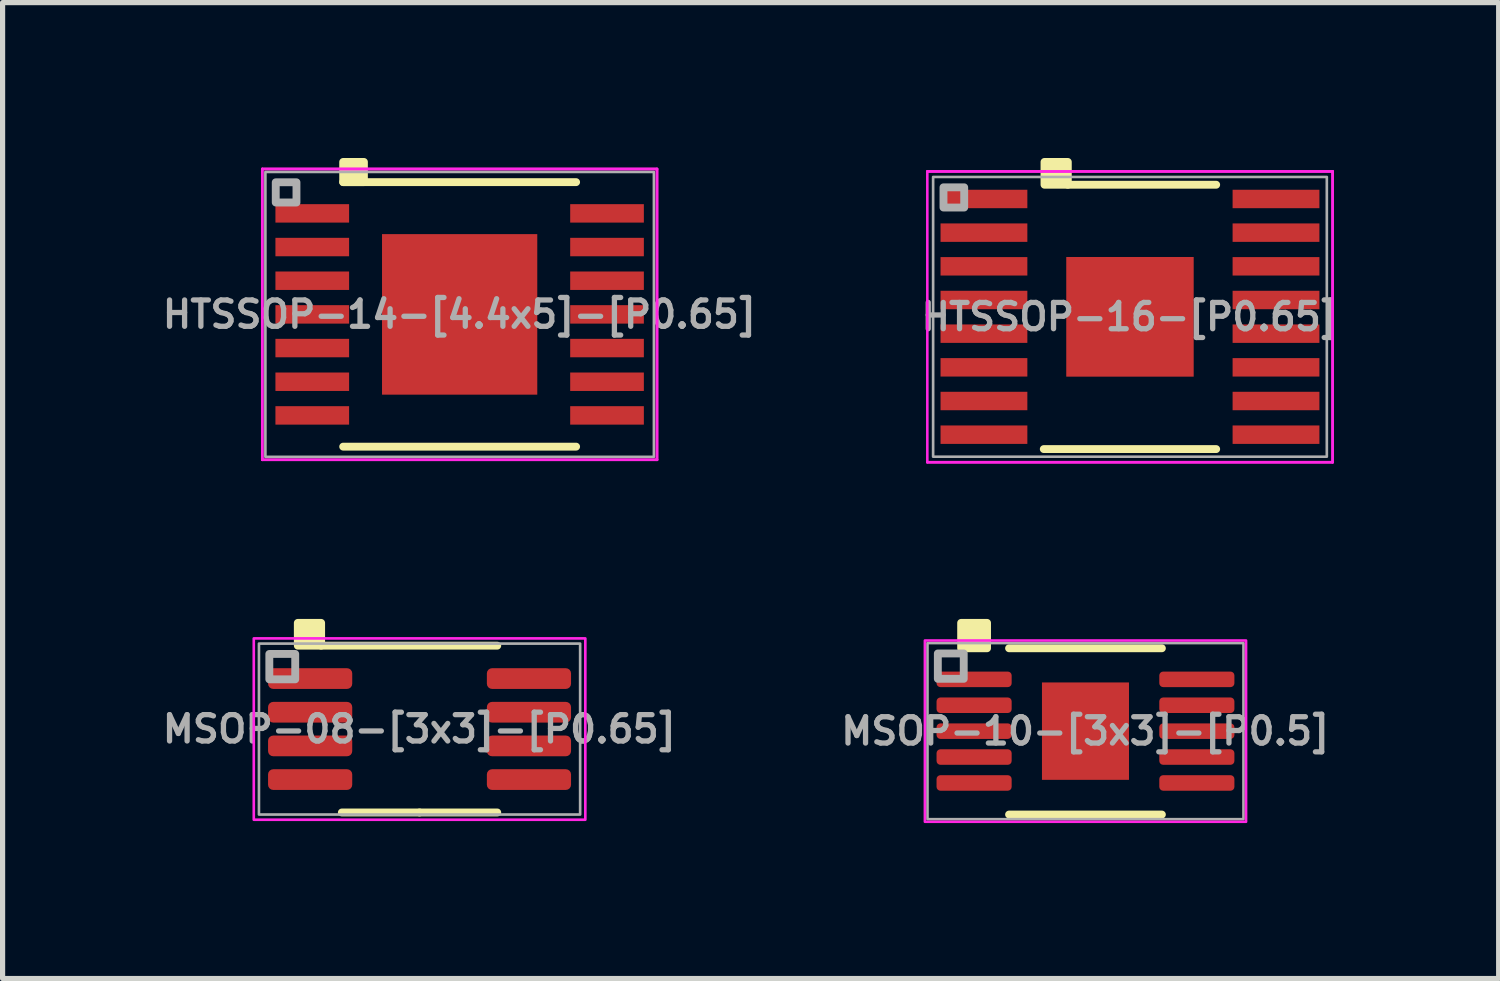
<source format=kicad_pcb>
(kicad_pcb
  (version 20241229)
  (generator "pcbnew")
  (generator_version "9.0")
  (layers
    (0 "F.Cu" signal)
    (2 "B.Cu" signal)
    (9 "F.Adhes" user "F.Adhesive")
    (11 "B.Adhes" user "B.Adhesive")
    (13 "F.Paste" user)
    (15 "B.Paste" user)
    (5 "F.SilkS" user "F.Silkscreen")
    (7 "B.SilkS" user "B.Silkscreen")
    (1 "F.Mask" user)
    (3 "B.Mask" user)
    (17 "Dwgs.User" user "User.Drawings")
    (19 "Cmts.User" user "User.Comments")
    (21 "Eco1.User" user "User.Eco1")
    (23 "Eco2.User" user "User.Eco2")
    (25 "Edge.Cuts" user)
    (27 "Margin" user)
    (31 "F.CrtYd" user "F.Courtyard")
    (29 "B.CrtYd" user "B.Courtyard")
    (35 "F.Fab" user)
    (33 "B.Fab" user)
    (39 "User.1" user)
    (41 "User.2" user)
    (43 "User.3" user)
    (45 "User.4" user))
  (footprint "MSOP-10-[3x3]-[P0.5]"
    (layer "F.Cu")
    (at 17.904 11.064)
    (property "Reference" "MSOP-10-[3x3]-[P0.5]" (at 0 0 0) (layer "F.Fab") (effects (font (size 0.508 0.508) (thickness 0.102))))
    (attr smd)
    (fp_line (start 1.475 -1.6) (end -1.475 -1.6) (stroke (width 0.152) (type solid)) (layer "F.SilkS"))
    (fp_line (start 1.475 1.61) (end -1.475 1.61) (stroke (width 0.152) (type solid)) (layer "F.SilkS"))
    (fp_rect (start -2.4 -1.6) (end -1.9 -2.09) (stroke (width 0.152) (type solid)) (fill yes) (layer "F.SilkS"))
    (fp_rect (start -3.1 -1.75) (end 3.1 1.75) (stroke (width 0.05) (type solid)) (fill no) (layer "F.CrtYd"))
    (fp_rect (start -3.05 -1.7) (end 3.05 1.7) (stroke (width 0.051) (type solid)) (fill no) (layer "F.Fab"))
    (fp_rect (start -2.85 -1.01) (end -2.35 -1.5) (stroke (width 0.152) (type solid)) (fill no) (layer "F.Fab"))
    (pad "" smd roundrect (at -0.42 -0.47) (size 0.68 0.76) (layers "F.Paste") (roundrect_rratio 0.25))
    (pad "" smd roundrect (at -0.42 0.47) (size 0.68 0.76) (layers "F.Paste") (roundrect_rratio 0.25))
    (pad "" smd roundrect (at 0.42 -0.47) (size 0.68 0.76) (layers "F.Paste") (roundrect_rratio 0.25))
    (pad "" smd roundrect (at 0.42 0.47) (size 0.68 0.76) (layers "F.Paste") (roundrect_rratio 0.25))
    (pad "1" smd roundrect (at -2.15 -1) (size 1.45 0.3) (layers "F.Cu" "F.Mask" "F.Paste") (roundrect_rratio 0.25))
    (pad "2" smd roundrect (at -2.15 -0.5) (size 1.45 0.3) (layers "F.Cu" "F.Mask" "F.Paste") (roundrect_rratio 0.25))
    (pad "3" smd roundrect (at -2.15 0) (size 1.45 0.3) (layers "F.Cu" "F.Mask" "F.Paste") (roundrect_rratio 0.25))
    (pad "4" smd roundrect (at -2.15 0.5) (size 1.45 0.3) (layers "F.Cu" "F.Mask" "F.Paste") (roundrect_rratio 0.25))
    (pad "5" smd roundrect (at -2.15 1) (size 1.45 0.3) (layers "F.Cu" "F.Mask" "F.Paste") (roundrect_rratio 0.25))
    (pad "6" smd roundrect (at 2.15 1) (size 1.45 0.3) (layers "F.Cu" "F.Mask" "F.Paste") (roundrect_rratio 0.25))
    (pad "7" smd roundrect (at 2.15 0.5) (size 1.45 0.3) (layers "F.Cu" "F.Mask" "F.Paste") (roundrect_rratio 0.25))
    (pad "8" smd roundrect (at 2.15 0) (size 1.45 0.3) (layers "F.Cu" "F.Mask" "F.Paste") (roundrect_rratio 0.25))
    (pad "9" smd roundrect (at 2.15 -0.5) (size 1.45 0.3) (layers "F.Cu" "F.Mask" "F.Paste") (roundrect_rratio 0.25))
    (pad "10" smd roundrect (at 2.15 -1) (size 1.45 0.3) (layers "F.Cu" "F.Mask" "F.Paste") (roundrect_rratio 0.25))
    (pad "11" smd rect (at 0 0) (size 1.68 1.88) (layers "F.Cu" "F.Mask")))
  (footprint "HTSSOP-16-[P0.65]"
    (layer "F.Cu")
    (at 18.763 3.066)
    (property "Reference" "HTSSOP-16-[P0.65]" (at 0 0 0) (layer "F.Fab") (effects (font (size 0.508 0.508) (thickness 0.102))))
    (attr through_hole)
    (fp_poly (pts (xy -1.294 -1.218) (xy -0.987 -1.218) (xy -0.987 1.218) (xy -1.294 1.218)) (stroke (width 0.1) (type solid)) (fill yes) (layer "F.Mask"))
    (fp_poly (pts (xy -1.294 -1.218) (xy 1.294 -1.218) (xy 1.294 -0.594) (xy -1.294 -0.594)) (stroke (width 0.1) (type solid)) (fill yes) (layer "F.Mask"))
    (fp_poly (pts (xy -1.294 -0.194) (xy 1.294 -0.194) (xy 1.294 0.194) (xy -1.294 0.194)) (stroke (width 0.1) (type solid)) (fill yes) (layer "F.Mask"))
    (fp_poly (pts (xy -1.294 0.594) (xy 1.294 0.594) (xy 1.294 1.218) (xy -1.294 1.218)) (stroke (width 0.1) (type solid)) (fill yes) (layer "F.Mask"))
    (fp_poly (pts (xy -0.2 -1.218) (xy -0.587 -1.218) (xy -0.587 1.218) (xy -0.2 1.218)) (stroke (width 0.1) (type solid)) (fill yes) (layer "F.Mask"))
    (fp_poly (pts (xy 0.587 -1.218) (xy 0.2 -1.218) (xy 0.2 1.218) (xy 0.587 1.218)) (stroke (width 0.1) (type solid)) (fill yes) (layer "F.Mask"))
    (fp_poly (pts (xy 0.987 -1.218) (xy 1.294 -1.218) (xy 1.294 1.218) (xy 0.987 1.218)) (stroke (width 0.1) (type solid)) (fill yes) (layer "F.Mask"))
    (fp_line (start -1.664 2.553) (end 1.664 2.553) (stroke (width 0.152) (type solid)) (layer "F.SilkS"))
    (fp_line (start 1.664 -2.55) (end -1.2 -2.55) (stroke (width 0.152) (type solid)) (layer "F.SilkS"))
    (fp_rect (start -1.65 -2.55) (end -1.2 -2.99) (stroke (width 0.152) (type solid)) (fill yes) (layer "F.SilkS"))
    (fp_poly (pts (xy -1.155 -1.08) (xy -1.155 -0.494) (xy -1.029 -0.494) (xy -0.887 -0.635) (xy -0.887 -1.08)) (stroke (width 0.1) (type solid)) (fill yes) (layer "F.Paste"))
    (fp_poly (pts (xy -1.155 0.494) (xy -1.155 1.08) (xy -0.887 1.08) (xy -0.887 0.635) (xy -1.029 0.494)) (stroke (width 0.1) (type solid)) (fill yes) (layer "F.Paste"))
    (fp_poly (pts (xy 0.887 -1.08) (xy 0.887 -0.635) (xy 1.029 -0.494) (xy 1.155 -0.494) (xy 1.155 -1.08)) (stroke (width 0.1) (type solid)) (fill yes) (layer "F.Paste"))
    (fp_poly (pts (xy 1.029 0.494) (xy 0.887 0.635) (xy 0.887 1.08) (xy 1.155 1.08) (xy 1.155 0.494)) (stroke (width 0.1) (type solid)) (fill yes) (layer "F.Paste"))
    (fp_poly (pts (xy -1.155 -0.294) (xy -1.155 0.294) (xy -1.029 0.294) (xy -0.887 0.152) (xy -0.887 -0.152) (xy -1.029 -0.294)) (stroke (width 0.1) (type solid)) (fill yes) (layer "F.Paste"))
    (fp_poly (pts (xy -0.687 -1.08) (xy -0.687 -0.635) (xy -0.546 -0.494) (xy -0.241 -0.494) (xy -0.1 -0.635) (xy -0.1 -1.08)) (stroke (width 0.1) (type solid)) (fill yes) (layer "F.Paste"))
    (fp_poly (pts (xy -0.546 0.494) (xy -0.687 0.635) (xy -0.687 1.08) (xy -0.1 1.08) (xy -0.1 0.635) (xy -0.241 0.494)) (stroke (width 0.1) (type solid)) (fill yes) (layer "F.Paste"))
    (fp_poly (pts (xy 0.1 -1.08) (xy 0.1 -0.635) (xy 0.241 -0.494) (xy 0.546 -0.494) (xy 0.687 -0.635) (xy 0.687 -1.08)) (stroke (width 0.1) (type solid)) (fill yes) (layer "F.Paste"))
    (fp_poly (pts (xy 0.241 0.494) (xy 0.1 0.635) (xy 0.1 1.08) (xy 0.687 1.08) (xy 0.687 0.635) (xy 0.546 0.494)) (stroke (width 0.1) (type solid)) (fill yes) (layer "F.Paste"))
    (fp_poly (pts (xy 1.029 -0.294) (xy 0.887 -0.152) (xy 0.887 0.152) (xy 1.029 0.294) (xy 1.155 0.294) (xy 1.155 -0.294)) (stroke (width 0.1) (type solid)) (fill yes) (layer "F.Paste"))
    (fp_poly (pts (xy -0.546 -0.294) (xy -0.687 -0.152) (xy -0.687 0.152) (xy -0.546 0.294) (xy -0.241 0.294) (xy -0.1 0.152) (xy -0.1 -0.152) (xy -0.241 -0.294)) (stroke (width 0.1) (type solid)) (fill yes) (layer "F.Paste"))
    (fp_poly (pts (xy 0.241 -0.294) (xy 0.1 -0.152) (xy 0.1 0.152) (xy 0.241 0.294) (xy 0.546 0.294) (xy 0.687 0.152) (xy 0.687 -0.152) (xy 0.546 -0.294)) (stroke (width 0.1) (type solid)) (fill yes) (layer "F.Paste"))
    (fp_line (start -3.912 -2.807) (end -3.912 2.807) (stroke (width 0.05) (type solid)) (layer "F.CrtYd"))
    (fp_line (start -3.912 -2.807) (end 3.912 -2.807) (stroke (width 0.05) (type solid)) (layer "F.CrtYd"))
    (fp_line (start -3.912 -2.807) (end 3.912 -2.807) (stroke (width 0.05) (type solid)) (layer "F.CrtYd"))
    (fp_line (start 3.912 -2.807) (end 3.912 2.807) (stroke (width 0.05) (type solid)) (layer "F.CrtYd"))
    (fp_line (start 3.912 -2.807) (end 3.912 2.807) (stroke (width 0.05) (type solid)) (layer "F.CrtYd"))
    (fp_line (start 3.912 2.807) (end -3.912 2.807) (stroke (width 0.05) (type solid)) (layer "F.CrtYd"))
    (fp_line (start 3.912 2.807) (end -3.912 2.807) (stroke (width 0.05) (type solid)) (layer "F.CrtYd"))
    (fp_rect (start -3.8 -2.7) (end 3.8 2.7) (stroke (width 0.051) (type solid)) (fill no) (layer "F.Fab"))
    (fp_rect (start -3.6 -2.11) (end -3.2 -2.5) (stroke (width 0.152) (type solid)) (fill no) (layer "F.Fab"))
    (pad "1" smd rect (at -2.819 -2.275) (size 1.676 0.356) (layers "F.Cu" "F.Mask" "F.Paste"))
    (pad "2" smd rect (at -2.819 -1.625) (size 1.676 0.356) (layers "F.Cu" "F.Mask" "F.Paste"))
    (pad "3" smd rect (at -2.819 -0.975) (size 1.676 0.356) (layers "F.Cu" "F.Mask" "F.Paste"))
    (pad "4" smd rect (at -2.819 -0.325) (size 1.676 0.356) (layers "F.Cu" "F.Mask" "F.Paste"))
    (pad "5" smd rect (at -2.819 0.325) (size 1.676 0.356) (layers "F.Cu" "F.Mask" "F.Paste"))
    (pad "6" smd rect (at -2.819 0.975) (size 1.676 0.356) (layers "F.Cu" "F.Mask" "F.Paste"))
    (pad "7" smd rect (at -2.819 1.625) (size 1.676 0.356) (layers "F.Cu" "F.Mask" "F.Paste"))
    (pad "8" smd rect (at -2.819 2.275) (size 1.676 0.356) (layers "F.Cu" "F.Mask" "F.Paste"))
    (pad "9" smd rect (at 2.819 2.275) (size 1.676 0.356) (layers "F.Cu" "F.Mask" "F.Paste"))
    (pad "10" smd rect (at 2.819 1.625) (size 1.676 0.356) (layers "F.Cu" "F.Mask" "F.Paste"))
    (pad "11" smd rect (at 2.819 0.975) (size 1.676 0.356) (layers "F.Cu" "F.Mask" "F.Paste"))
    (pad "12" smd rect (at 2.819 0.325) (size 1.676 0.356) (layers "F.Cu" "F.Mask" "F.Paste"))
    (pad "13" smd rect (at 2.819 -0.325) (size 1.676 0.356) (layers "F.Cu" "F.Mask" "F.Paste"))
    (pad "14" smd rect (at 2.819 -0.975) (size 1.676 0.356) (layers "F.Cu" "F.Mask" "F.Paste"))
    (pad "15" smd rect (at 2.819 -1.625) (size 1.676 0.356) (layers "F.Cu" "F.Mask" "F.Paste"))
    (pad "16" smd rect (at 2.819 -2.275) (size 1.676 0.356) (layers "F.Cu" "F.Mask" "F.Paste"))
    (pad "EPAD" smd rect (at 0 0) (size 2.46 2.31) (layers "F.Cu")))
  (footprint "HTSSOP-14-[4.4x5]-[P0.65]"
    (layer "F.Cu")
    (at 5.823 3.019)
    (property "Reference" "HTSSOP-14-[4.4x5]-[P0.65]" (at 0 0 0) (layer "F.Fab") (effects (font (size 0.508 0.508) (thickness 0.102))))
    (attr through_hole)
    (fp_line (start -2.248 2.553) (end 2.248 2.553) (stroke (width 0.152) (type solid)) (layer "F.SilkS"))
    (fp_line (start 2.248 -2.553) (end -2.248 -2.553) (stroke (width 0.152) (type solid)) (layer "F.SilkS"))
    (fp_rect (start -2.248 -2.553) (end -1.848 -2.943) (stroke (width 0.152) (type solid)) (fill yes) (layer "F.SilkS"))
    (fp_line (start -3.81 -2.807) (end 3.81 -2.807) (stroke (width 0.05) (type solid)) (layer "F.CrtYd"))
    (fp_line (start -3.81 -2.807) (end 3.81 -2.807) (stroke (width 0.05) (type solid)) (layer "F.CrtYd"))
    (fp_line (start -3.81 2.807) (end -3.81 -2.807) (stroke (width 0.05) (type solid)) (layer "F.CrtYd"))
    (fp_line (start -3.81 2.807) (end -3.81 -2.807) (stroke (width 0.05) (type solid)) (layer "F.CrtYd"))
    (fp_line (start 3.81 -2.807) (end 3.81 2.807) (stroke (width 0.05) (type solid)) (layer "F.CrtYd"))
    (fp_line (start 3.81 -2.807) (end 3.81 2.807) (stroke (width 0.05) (type solid)) (layer "F.CrtYd"))
    (fp_line (start 3.81 2.807) (end -3.81 2.807) (stroke (width 0.05) (type solid)) (layer "F.CrtYd"))
    (fp_line (start 3.81 2.807) (end -3.81 2.807) (stroke (width 0.05) (type solid)) (layer "F.CrtYd"))
    (fp_rect (start -3.75 -2.75) (end 3.75 2.75) (stroke (width 0.051) (type solid)) (fill no) (layer "F.Fab"))
    (fp_rect (start -3.55 -2.16) (end -3.15 -2.55) (stroke (width 0.152) (type solid)) (fill no) (layer "F.Fab"))
    (pad "1" smd rect (at -2.845 -1.95) (size 1.422 0.356) (layers "F.Cu" "F.Mask" "F.Paste"))
    (pad "2" smd rect (at -2.845 -1.3) (size 1.422 0.356) (layers "F.Cu" "F.Mask" "F.Paste"))
    (pad "3" smd rect (at -2.845 -0.65) (size 1.422 0.356) (layers "F.Cu" "F.Mask" "F.Paste"))
    (pad "4" smd rect (at -2.845 0) (size 1.422 0.356) (layers "F.Cu" "F.Mask" "F.Paste"))
    (pad "5" smd rect (at -2.845 0.65) (size 1.422 0.356) (layers "F.Cu" "F.Mask" "F.Paste"))
    (pad "6" smd rect (at -2.845 1.3) (size 1.422 0.356) (layers "F.Cu" "F.Mask" "F.Paste"))
    (pad "7" smd rect (at -2.845 1.95) (size 1.422 0.356) (layers "F.Cu" "F.Mask" "F.Paste"))
    (pad "8" smd rect (at 2.845 1.95) (size 1.422 0.356) (layers "F.Cu" "F.Mask" "F.Paste"))
    (pad "9" smd rect (at 2.845 1.3) (size 1.422 0.356) (layers "F.Cu" "F.Mask" "F.Paste"))
    (pad "10" smd rect (at 2.845 0.65) (size 1.422 0.356) (layers "F.Cu" "F.Mask" "F.Paste"))
    (pad "11" smd rect (at 2.845 0) (size 1.422 0.356) (layers "F.Cu" "F.Mask" "F.Paste"))
    (pad "12" smd rect (at 2.845 -0.65) (size 1.422 0.356) (layers "F.Cu" "F.Mask" "F.Paste"))
    (pad "13" smd rect (at 2.845 -1.3) (size 1.422 0.356) (layers "F.Cu" "F.Mask" "F.Paste"))
    (pad "14" smd rect (at 2.845 -1.95) (size 1.422 0.356) (layers "F.Cu" "F.Mask" "F.Paste"))
    (pad "15" smd rect (at 0 0) (size 2.997 3.099) (layers "F.Cu" "F.Mask" "F.Paste")))
  (footprint "MSOP-08-[3x3]-[P0.65]"
    (layer "F.Cu")
    (at 5.049 11.024)
    (property "Reference" "MSOP-08-[3x3]-[P0.65]" (at 0 0 0) (layer "F.Fab") (effects (font (size 0.508 0.508) (thickness 0.102))))
    (attr smd)
    (fp_line (start -1.9 -1.61) (end 1.5 -1.61) (stroke (width 0.152) (type solid)) (layer "F.SilkS"))
    (fp_line (start 0 1.61) (end -1.5 1.61) (stroke (width 0.152) (type solid)) (layer "F.SilkS"))
    (fp_line (start 0 1.61) (end 1.5 1.61) (stroke (width 0.152) (type solid)) (layer "F.SilkS"))
    (fp_rect (start -2.35 -1.61) (end -1.9 -2.05) (stroke (width 0.152) (type solid)) (fill yes) (layer "F.SilkS"))
    (fp_rect (start -3.2 -1.75) (end 3.2 1.75) (stroke (width 0.051) (type solid)) (fill no) (layer "F.CrtYd"))
    (fp_rect (start -3.1 -1.65) (end 3.1 1.65) (stroke (width 0.051) (type solid)) (fill no) (layer "F.Fab"))
    (fp_rect (start -2.9 -0.96) (end -2.4 -1.45) (stroke (width 0.152) (type solid)) (fill no) (layer "F.Fab"))
    (pad "1" smd roundrect (at -2.112 -0.975) (size 1.625 0.4) (layers "F.Cu" "F.Mask" "F.Paste") (roundrect_rratio 0.25))
    (pad "2" smd roundrect (at -2.112 -0.325) (size 1.625 0.4) (layers "F.Cu" "F.Mask" "F.Paste") (roundrect_rratio 0.25))
    (pad "3" smd roundrect (at -2.112 0.325) (size 1.625 0.4) (layers "F.Cu" "F.Mask" "F.Paste") (roundrect_rratio 0.25))
    (pad "4" smd roundrect (at -2.112 0.975) (size 1.625 0.4) (layers "F.Cu" "F.Mask" "F.Paste") (roundrect_rratio 0.25))
    (pad "5" smd roundrect (at 2.112 0.975) (size 1.625 0.4) (layers "F.Cu" "F.Mask" "F.Paste") (roundrect_rratio 0.25))
    (pad "6" smd roundrect (at 2.112 0.325) (size 1.625 0.4) (layers "F.Cu" "F.Mask" "F.Paste") (roundrect_rratio 0.25))
    (pad "7" smd roundrect (at 2.112 -0.325) (size 1.625 0.4) (layers "F.Cu" "F.Mask" "F.Paste") (roundrect_rratio 0.25))
    (pad "8" smd roundrect (at 2.112 -0.975) (size 1.625 0.4) (layers "F.Cu" "F.Mask" "F.Paste") (roundrect_rratio 0.25)))
  (gr_rect
    (start -3 -3)
    (end 25.88 15.839)
    (stroke (width 0.1) (type default))
    (fill no)
    (layer "Edge.Cuts")))
</source>
